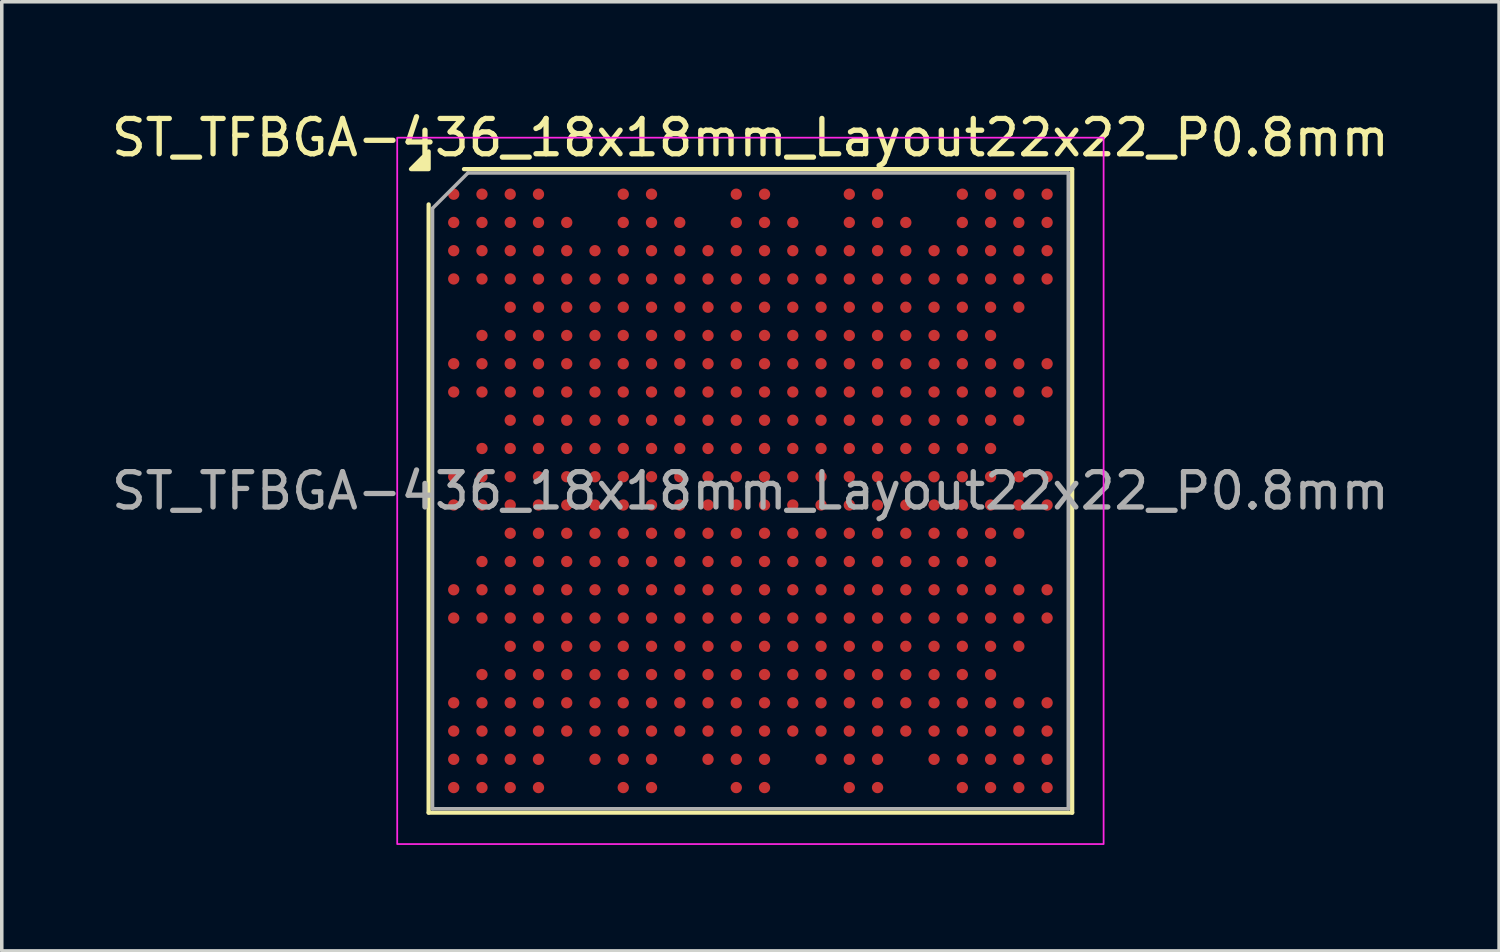
<source format=kicad_pcb>
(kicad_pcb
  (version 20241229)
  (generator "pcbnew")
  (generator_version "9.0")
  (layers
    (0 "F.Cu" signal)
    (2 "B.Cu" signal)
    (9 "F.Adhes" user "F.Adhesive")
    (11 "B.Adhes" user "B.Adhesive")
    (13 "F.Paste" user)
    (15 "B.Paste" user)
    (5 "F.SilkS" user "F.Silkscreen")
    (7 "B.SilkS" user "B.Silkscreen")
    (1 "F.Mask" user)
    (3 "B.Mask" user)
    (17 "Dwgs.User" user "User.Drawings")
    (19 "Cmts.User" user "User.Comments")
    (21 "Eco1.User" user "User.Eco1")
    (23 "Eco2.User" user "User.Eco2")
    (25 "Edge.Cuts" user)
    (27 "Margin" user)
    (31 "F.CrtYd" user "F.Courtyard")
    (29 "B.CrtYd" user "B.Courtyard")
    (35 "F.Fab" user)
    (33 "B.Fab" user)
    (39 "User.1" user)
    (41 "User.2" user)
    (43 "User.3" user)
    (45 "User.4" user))
  (footprint "ST_TFBGA-436_18x18mm_Layout22x22_P0.8mm"
    (layer "F.Cu")
    (at 18.196 10.848)
    (property "Reference" "ST_TFBGA-436_18x18mm_Layout22x22_P0.8mm" (at 0 -10 0) (layer "F.SilkS") (effects (font (size 1 1) (thickness 0.15))))
    (attr smd)
    (fp_line (start -9.11 9.11) (end -9.11 -8.11) (stroke (width 0.12) (type solid)) (layer "F.SilkS"))
    (fp_line (start -8.11 -9.11) (end 9.11 -9.11) (stroke (width 0.12) (type solid)) (layer "F.SilkS"))
    (fp_line (start 9.11 -9.11) (end 9.11 9.11) (stroke (width 0.12) (type solid)) (layer "F.SilkS"))
    (fp_line (start 9.11 9.11) (end -9.11 9.11) (stroke (width 0.12) (type solid)) (layer "F.SilkS"))
    (fp_poly (pts (xy -9.11 -9.11) (xy -9.61 -9.11) (xy -9.11 -9.61)) (stroke (width 0.12) (type solid)) (fill yes) (layer "F.SilkS"))
    (fp_rect (start -10 -10) (end 10 10) (stroke (width 0.05) (type solid)) (fill no) (layer "F.CrtYd"))
    (fp_line (start -9 -8) (end -8 -9) (stroke (width 0.1) (type solid)) (layer "F.Fab"))
    (fp_line (start -9 9) (end -9 -8) (stroke (width 0.1) (type solid)) (layer "F.Fab"))
    (fp_line (start -8 -9) (end 9 -9) (stroke (width 0.1) (type solid)) (layer "F.Fab"))
    (fp_line (start 9 -9) (end 9 9) (stroke (width 0.1) (type solid)) (layer "F.Fab"))
    (fp_line (start 9 9) (end -9 9) (stroke (width 0.1) (type solid)) (layer "F.Fab"))
    (fp_text user "${REFERENCE}" (at 0 0 0) (layer "F.Fab") (effects (font (size 1 1) (thickness 0.15))))
    (pad "A1" smd circle (at -8.4 -8.4) (size 0.32 0.32) (property pad_prop_bga) (layers "F.Cu" "F.Mask" "F.Paste"))
    (pad "A2" smd circle (at -7.6 -8.4) (size 0.32 0.32) (property pad_prop_bga) (layers "F.Cu" "F.Mask" "F.Paste"))
    (pad "A3" smd circle (at -6.8 -8.4) (size 0.32 0.32) (property pad_prop_bga) (layers "F.Cu" "F.Mask" "F.Paste"))
    (pad "A4" smd circle (at -6 -8.4) (size 0.32 0.32) (property pad_prop_bga) (layers "F.Cu" "F.Mask" "F.Paste"))
    (pad "A7" smd circle (at -3.6 -8.4) (size 0.32 0.32) (property pad_prop_bga) (layers "F.Cu" "F.Mask" "F.Paste"))
    (pad "A8" smd circle (at -2.8 -8.4) (size 0.32 0.32) (property pad_prop_bga) (layers "F.Cu" "F.Mask" "F.Paste"))
    (pad "A11" smd circle (at -0.4 -8.4) (size 0.32 0.32) (property pad_prop_bga) (layers "F.Cu" "F.Mask" "F.Paste"))
    (pad "A12" smd circle (at 0.4 -8.4) (size 0.32 0.32) (property pad_prop_bga) (layers "F.Cu" "F.Mask" "F.Paste"))
    (pad "A15" smd circle (at 2.8 -8.4) (size 0.32 0.32) (property pad_prop_bga) (layers "F.Cu" "F.Mask" "F.Paste"))
    (pad "A16" smd circle (at 3.6 -8.4) (size 0.32 0.32) (property pad_prop_bga) (layers "F.Cu" "F.Mask" "F.Paste"))
    (pad "A19" smd circle (at 6 -8.4) (size 0.32 0.32) (property pad_prop_bga) (layers "F.Cu" "F.Mask" "F.Paste"))
    (pad "A20" smd circle (at 6.8 -8.4) (size 0.32 0.32) (property pad_prop_bga) (layers "F.Cu" "F.Mask" "F.Paste"))
    (pad "A21" smd circle (at 7.6 -8.4) (size 0.32 0.32) (property pad_prop_bga) (layers "F.Cu" "F.Mask" "F.Paste"))
    (pad "A22" smd circle (at 8.4 -8.4) (size 0.32 0.32) (property pad_prop_bga) (layers "F.Cu" "F.Mask" "F.Paste"))
    (pad "AA1" smd circle (at -8.4 7.6) (size 0.32 0.32) (property pad_prop_bga) (layers "F.Cu" "F.Mask" "F.Paste"))
    (pad "AA2" smd circle (at -7.6 7.6) (size 0.32 0.32) (property pad_prop_bga) (layers "F.Cu" "F.Mask" "F.Paste"))
    (pad "AA3" smd circle (at -6.8 7.6) (size 0.32 0.32) (property pad_prop_bga) (layers "F.Cu" "F.Mask" "F.Paste"))
    (pad "AA4" smd circle (at -6 7.6) (size 0.32 0.32) (property pad_prop_bga) (layers "F.Cu" "F.Mask" "F.Paste"))
    (pad "AA6" smd circle (at -4.4 7.6) (size 0.32 0.32) (property pad_prop_bga) (layers "F.Cu" "F.Mask" "F.Paste"))
    (pad "AA7" smd circle (at -3.6 7.6) (size 0.32 0.32) (property pad_prop_bga) (layers "F.Cu" "F.Mask" "F.Paste"))
    (pad "AA8" smd circle (at -2.8 7.6) (size 0.32 0.32) (property pad_prop_bga) (layers "F.Cu" "F.Mask" "F.Paste"))
    (pad "AA10" smd circle (at -1.2 7.6) (size 0.32 0.32) (property pad_prop_bga) (layers "F.Cu" "F.Mask" "F.Paste"))
    (pad "AA11" smd circle (at -0.4 7.6) (size 0.32 0.32) (property pad_prop_bga) (layers "F.Cu" "F.Mask" "F.Paste"))
    (pad "AA12" smd circle (at 0.4 7.6) (size 0.32 0.32) (property pad_prop_bga) (layers "F.Cu" "F.Mask" "F.Paste"))
    (pad "AA14" smd circle (at 2 7.6) (size 0.32 0.32) (property pad_prop_bga) (layers "F.Cu" "F.Mask" "F.Paste"))
    (pad "AA15" smd circle (at 2.8 7.6) (size 0.32 0.32) (property pad_prop_bga) (layers "F.Cu" "F.Mask" "F.Paste"))
    (pad "AA16" smd circle (at 3.6 7.6) (size 0.32 0.32) (property pad_prop_bga) (layers "F.Cu" "F.Mask" "F.Paste"))
    (pad "AA18" smd circle (at 5.2 7.6) (size 0.32 0.32) (property pad_prop_bga) (layers "F.Cu" "F.Mask" "F.Paste"))
    (pad "AA19" smd circle (at 6 7.6) (size 0.32 0.32) (property pad_prop_bga) (layers "F.Cu" "F.Mask" "F.Paste"))
    (pad "AA20" smd circle (at 6.8 7.6) (size 0.32 0.32) (property pad_prop_bga) (layers "F.Cu" "F.Mask" "F.Paste"))
    (pad "AA21" smd circle (at 7.6 7.6) (size 0.32 0.32) (property pad_prop_bga) (layers "F.Cu" "F.Mask" "F.Paste"))
    (pad "AA22" smd circle (at 8.4 7.6) (size 0.32 0.32) (property pad_prop_bga) (layers "F.Cu" "F.Mask" "F.Paste"))
    (pad "AB1" smd circle (at -8.4 8.4) (size 0.32 0.32) (property pad_prop_bga) (layers "F.Cu" "F.Mask" "F.Paste"))
    (pad "AB2" smd circle (at -7.6 8.4) (size 0.32 0.32) (property pad_prop_bga) (layers "F.Cu" "F.Mask" "F.Paste"))
    (pad "AB3" smd circle (at -6.8 8.4) (size 0.32 0.32) (property pad_prop_bga) (layers "F.Cu" "F.Mask" "F.Paste"))
    (pad "AB4" smd circle (at -6 8.4) (size 0.32 0.32) (property pad_prop_bga) (layers "F.Cu" "F.Mask" "F.Paste"))
    (pad "AB7" smd circle (at -3.6 8.4) (size 0.32 0.32) (property pad_prop_bga) (layers "F.Cu" "F.Mask" "F.Paste"))
    (pad "AB8" smd circle (at -2.8 8.4) (size 0.32 0.32) (property pad_prop_bga) (layers "F.Cu" "F.Mask" "F.Paste"))
    (pad "AB11" smd circle (at -0.4 8.4) (size 0.32 0.32) (property pad_prop_bga) (layers "F.Cu" "F.Mask" "F.Paste"))
    (pad "AB12" smd circle (at 0.4 8.4) (size 0.32 0.32) (property pad_prop_bga) (layers "F.Cu" "F.Mask" "F.Paste"))
    (pad "AB15" smd circle (at 2.8 8.4) (size 0.32 0.32) (property pad_prop_bga) (layers "F.Cu" "F.Mask" "F.Paste"))
    (pad "AB16" smd circle (at 3.6 8.4) (size 0.32 0.32) (property pad_prop_bga) (layers "F.Cu" "F.Mask" "F.Paste"))
    (pad "AB19" smd circle (at 6 8.4) (size 0.32 0.32) (property pad_prop_bga) (layers "F.Cu" "F.Mask" "F.Paste"))
    (pad "AB20" smd circle (at 6.8 8.4) (size 0.32 0.32) (property pad_prop_bga) (layers "F.Cu" "F.Mask" "F.Paste"))
    (pad "AB21" smd circle (at 7.6 8.4) (size 0.32 0.32) (property pad_prop_bga) (layers "F.Cu" "F.Mask" "F.Paste"))
    (pad "AB22" smd circle (at 8.4 8.4) (size 0.32 0.32) (property pad_prop_bga) (layers "F.Cu" "F.Mask" "F.Paste"))
    (pad "B1" smd circle (at -8.4 -7.6) (size 0.32 0.32) (property pad_prop_bga) (layers "F.Cu" "F.Mask" "F.Paste"))
    (pad "B2" smd circle (at -7.6 -7.6) (size 0.32 0.32) (property pad_prop_bga) (layers "F.Cu" "F.Mask" "F.Paste"))
    (pad "B3" smd circle (at -6.8 -7.6) (size 0.32 0.32) (property pad_prop_bga) (layers "F.Cu" "F.Mask" "F.Paste"))
    (pad "B4" smd circle (at -6 -7.6) (size 0.32 0.32) (property pad_prop_bga) (layers "F.Cu" "F.Mask" "F.Paste"))
    (pad "B5" smd circle (at -5.2 -7.6) (size 0.32 0.32) (property pad_prop_bga) (layers "F.Cu" "F.Mask" "F.Paste"))
    (pad "B7" smd circle (at -3.6 -7.6) (size 0.32 0.32) (property pad_prop_bga) (layers "F.Cu" "F.Mask" "F.Paste"))
    (pad "B8" smd circle (at -2.8 -7.6) (size 0.32 0.32) (property pad_prop_bga) (layers "F.Cu" "F.Mask" "F.Paste"))
    (pad "B9" smd circle (at -2 -7.6) (size 0.32 0.32) (property pad_prop_bga) (layers "F.Cu" "F.Mask" "F.Paste"))
    (pad "B11" smd circle (at -0.4 -7.6) (size 0.32 0.32) (property pad_prop_bga) (layers "F.Cu" "F.Mask" "F.Paste"))
    (pad "B12" smd circle (at 0.4 -7.6) (size 0.32 0.32) (property pad_prop_bga) (layers "F.Cu" "F.Mask" "F.Paste"))
    (pad "B13" smd circle (at 1.2 -7.6) (size 0.32 0.32) (property pad_prop_bga) (layers "F.Cu" "F.Mask" "F.Paste"))
    (pad "B15" smd circle (at 2.8 -7.6) (size 0.32 0.32) (property pad_prop_bga) (layers "F.Cu" "F.Mask" "F.Paste"))
    (pad "B16" smd circle (at 3.6 -7.6) (size 0.32 0.32) (property pad_prop_bga) (layers "F.Cu" "F.Mask" "F.Paste"))
    (pad "B17" smd circle (at 4.4 -7.6) (size 0.32 0.32) (property pad_prop_bga) (layers "F.Cu" "F.Mask" "F.Paste"))
    (pad "B19" smd circle (at 6 -7.6) (size 0.32 0.32) (property pad_prop_bga) (layers "F.Cu" "F.Mask" "F.Paste"))
    (pad "B20" smd circle (at 6.8 -7.6) (size 0.32 0.32) (property pad_prop_bga) (layers "F.Cu" "F.Mask" "F.Paste"))
    (pad "B21" smd circle (at 7.6 -7.6) (size 0.32 0.32) (property pad_prop_bga) (layers "F.Cu" "F.Mask" "F.Paste"))
    (pad "B22" smd circle (at 8.4 -7.6) (size 0.32 0.32) (property pad_prop_bga) (layers "F.Cu" "F.Mask" "F.Paste"))
    (pad "C1" smd circle (at -8.4 -6.8) (size 0.32 0.32) (property pad_prop_bga) (layers "F.Cu" "F.Mask" "F.Paste"))
    (pad "C2" smd circle (at -7.6 -6.8) (size 0.32 0.32) (property pad_prop_bga) (layers "F.Cu" "F.Mask" "F.Paste"))
    (pad "C3" smd circle (at -6.8 -6.8) (size 0.32 0.32) (property pad_prop_bga) (layers "F.Cu" "F.Mask" "F.Paste"))
    (pad "C4" smd circle (at -6 -6.8) (size 0.32 0.32) (property pad_prop_bga) (layers "F.Cu" "F.Mask" "F.Paste"))
    (pad "C5" smd circle (at -5.2 -6.8) (size 0.32 0.32) (property pad_prop_bga) (layers "F.Cu" "F.Mask" "F.Paste"))
    (pad "C6" smd circle (at -4.4 -6.8) (size 0.32 0.32) (property pad_prop_bga) (layers "F.Cu" "F.Mask" "F.Paste"))
    (pad "C7" smd circle (at -3.6 -6.8) (size 0.32 0.32) (property pad_prop_bga) (layers "F.Cu" "F.Mask" "F.Paste"))
    (pad "C8" smd circle (at -2.8 -6.8) (size 0.32 0.32) (property pad_prop_bga) (layers "F.Cu" "F.Mask" "F.Paste"))
    (pad "C9" smd circle (at -2 -6.8) (size 0.32 0.32) (property pad_prop_bga) (layers "F.Cu" "F.Mask" "F.Paste"))
    (pad "C10" smd circle (at -1.2 -6.8) (size 0.32 0.32) (property pad_prop_bga) (layers "F.Cu" "F.Mask" "F.Paste"))
    (pad "C11" smd circle (at -0.4 -6.8) (size 0.32 0.32) (property pad_prop_bga) (layers "F.Cu" "F.Mask" "F.Paste"))
    (pad "C12" smd circle (at 0.4 -6.8) (size 0.32 0.32) (property pad_prop_bga) (layers "F.Cu" "F.Mask" "F.Paste"))
    (pad "C13" smd circle (at 1.2 -6.8) (size 0.32 0.32) (property pad_prop_bga) (layers "F.Cu" "F.Mask" "F.Paste"))
    (pad "C14" smd circle (at 2 -6.8) (size 0.32 0.32) (property pad_prop_bga) (layers "F.Cu" "F.Mask" "F.Paste"))
    (pad "C15" smd circle (at 2.8 -6.8) (size 0.32 0.32) (property pad_prop_bga) (layers "F.Cu" "F.Mask" "F.Paste"))
    (pad "C16" smd circle (at 3.6 -6.8) (size 0.32 0.32) (property pad_prop_bga) (layers "F.Cu" "F.Mask" "F.Paste"))
    (pad "C17" smd circle (at 4.4 -6.8) (size 0.32 0.32) (property pad_prop_bga) (layers "F.Cu" "F.Mask" "F.Paste"))
    (pad "C18" smd circle (at 5.2 -6.8) (size 0.32 0.32) (property pad_prop_bga) (layers "F.Cu" "F.Mask" "F.Paste"))
    (pad "C19" smd circle (at 6 -6.8) (size 0.32 0.32) (property pad_prop_bga) (layers "F.Cu" "F.Mask" "F.Paste"))
    (pad "C20" smd circle (at 6.8 -6.8) (size 0.32 0.32) (property pad_prop_bga) (layers "F.Cu" "F.Mask" "F.Paste"))
    (pad "C21" smd circle (at 7.6 -6.8) (size 0.32 0.32) (property pad_prop_bga) (layers "F.Cu" "F.Mask" "F.Paste"))
    (pad "C22" smd circle (at 8.4 -6.8) (size 0.32 0.32) (property pad_prop_bga) (layers "F.Cu" "F.Mask" "F.Paste"))
    (pad "D1" smd circle (at -8.4 -6) (size 0.32 0.32) (property pad_prop_bga) (layers "F.Cu" "F.Mask" "F.Paste"))
    (pad "D2" smd circle (at -7.6 -6) (size 0.32 0.32) (property pad_prop_bga) (layers "F.Cu" "F.Mask" "F.Paste"))
    (pad "D3" smd circle (at -6.8 -6) (size 0.32 0.32) (property pad_prop_bga) (layers "F.Cu" "F.Mask" "F.Paste"))
    (pad "D4" smd circle (at -6 -6) (size 0.32 0.32) (property pad_prop_bga) (layers "F.Cu" "F.Mask" "F.Paste"))
    (pad "D5" smd circle (at -5.2 -6) (size 0.32 0.32) (property pad_prop_bga) (layers "F.Cu" "F.Mask" "F.Paste"))
    (pad "D6" smd circle (at -4.4 -6) (size 0.32 0.32) (property pad_prop_bga) (layers "F.Cu" "F.Mask" "F.Paste"))
    (pad "D7" smd circle (at -3.6 -6) (size 0.32 0.32) (property pad_prop_bga) (layers "F.Cu" "F.Mask" "F.Paste"))
    (pad "D8" smd circle (at -2.8 -6) (size 0.32 0.32) (property pad_prop_bga) (layers "F.Cu" "F.Mask" "F.Paste"))
    (pad "D9" smd circle (at -2 -6) (size 0.32 0.32) (property pad_prop_bga) (layers "F.Cu" "F.Mask" "F.Paste"))
    (pad "D10" smd circle (at -1.2 -6) (size 0.32 0.32) (property pad_prop_bga) (layers "F.Cu" "F.Mask" "F.Paste"))
    (pad "D11" smd circle (at -0.4 -6) (size 0.32 0.32) (property pad_prop_bga) (layers "F.Cu" "F.Mask" "F.Paste"))
    (pad "D12" smd circle (at 0.4 -6) (size 0.32 0.32) (property pad_prop_bga) (layers "F.Cu" "F.Mask" "F.Paste"))
    (pad "D13" smd circle (at 1.2 -6) (size 0.32 0.32) (property pad_prop_bga) (layers "F.Cu" "F.Mask" "F.Paste"))
    (pad "D14" smd circle (at 2 -6) (size 0.32 0.32) (property pad_prop_bga) (layers "F.Cu" "F.Mask" "F.Paste"))
    (pad "D15" smd circle (at 2.8 -6) (size 0.32 0.32) (property pad_prop_bga) (layers "F.Cu" "F.Mask" "F.Paste"))
    (pad "D16" smd circle (at 3.6 -6) (size 0.32 0.32) (property pad_prop_bga) (layers "F.Cu" "F.Mask" "F.Paste"))
    (pad "D17" smd circle (at 4.4 -6) (size 0.32 0.32) (property pad_prop_bga) (layers "F.Cu" "F.Mask" "F.Paste"))
    (pad "D18" smd circle (at 5.2 -6) (size 0.32 0.32) (property pad_prop_bga) (layers "F.Cu" "F.Mask" "F.Paste"))
    (pad "D19" smd circle (at 6 -6) (size 0.32 0.32) (property pad_prop_bga) (layers "F.Cu" "F.Mask" "F.Paste"))
    (pad "D20" smd circle (at 6.8 -6) (size 0.32 0.32) (property pad_prop_bga) (layers "F.Cu" "F.Mask" "F.Paste"))
    (pad "D21" smd circle (at 7.6 -6) (size 0.32 0.32) (property pad_prop_bga) (layers "F.Cu" "F.Mask" "F.Paste"))
    (pad "D22" smd circle (at 8.4 -6) (size 0.32 0.32) (property pad_prop_bga) (layers "F.Cu" "F.Mask" "F.Paste"))
    (pad "E3" smd circle (at -6.8 -5.2) (size 0.32 0.32) (property pad_prop_bga) (layers "F.Cu" "F.Mask" "F.Paste"))
    (pad "E4" smd circle (at -6 -5.2) (size 0.32 0.32) (property pad_prop_bga) (layers "F.Cu" "F.Mask" "F.Paste"))
    (pad "E5" smd circle (at -5.2 -5.2) (size 0.32 0.32) (property pad_prop_bga) (layers "F.Cu" "F.Mask" "F.Paste"))
    (pad "E6" smd circle (at -4.4 -5.2) (size 0.32 0.32) (property pad_prop_bga) (layers "F.Cu" "F.Mask" "F.Paste"))
    (pad "E7" smd circle (at -3.6 -5.2) (size 0.32 0.32) (property pad_prop_bga) (layers "F.Cu" "F.Mask" "F.Paste"))
    (pad "E8" smd circle (at -2.8 -5.2) (size 0.32 0.32) (property pad_prop_bga) (layers "F.Cu" "F.Mask" "F.Paste"))
    (pad "E9" smd circle (at -2 -5.2) (size 0.32 0.32) (property pad_prop_bga) (layers "F.Cu" "F.Mask" "F.Paste"))
    (pad "E10" smd circle (at -1.2 -5.2) (size 0.32 0.32) (property pad_prop_bga) (layers "F.Cu" "F.Mask" "F.Paste"))
    (pad "E11" smd circle (at -0.4 -5.2) (size 0.32 0.32) (property pad_prop_bga) (layers "F.Cu" "F.Mask" "F.Paste"))
    (pad "E12" smd circle (at 0.4 -5.2) (size 0.32 0.32) (property pad_prop_bga) (layers "F.Cu" "F.Mask" "F.Paste"))
    (pad "E13" smd circle (at 1.2 -5.2) (size 0.32 0.32) (property pad_prop_bga) (layers "F.Cu" "F.Mask" "F.Paste"))
    (pad "E14" smd circle (at 2 -5.2) (size 0.32 0.32) (property pad_prop_bga) (layers "F.Cu" "F.Mask" "F.Paste"))
    (pad "E15" smd circle (at 2.8 -5.2) (size 0.32 0.32) (property pad_prop_bga) (layers "F.Cu" "F.Mask" "F.Paste"))
    (pad "E16" smd circle (at 3.6 -5.2) (size 0.32 0.32) (property pad_prop_bga) (layers "F.Cu" "F.Mask" "F.Paste"))
    (pad "E17" smd circle (at 4.4 -5.2) (size 0.32 0.32) (property pad_prop_bga) (layers "F.Cu" "F.Mask" "F.Paste"))
    (pad "E18" smd circle (at 5.2 -5.2) (size 0.32 0.32) (property pad_prop_bga) (layers "F.Cu" "F.Mask" "F.Paste"))
    (pad "E19" smd circle (at 6 -5.2) (size 0.32 0.32) (property pad_prop_bga) (layers "F.Cu" "F.Mask" "F.Paste"))
    (pad "E20" smd circle (at 6.8 -5.2) (size 0.32 0.32) (property pad_prop_bga) (layers "F.Cu" "F.Mask" "F.Paste"))
    (pad "E21" smd circle (at 7.6 -5.2) (size 0.32 0.32) (property pad_prop_bga) (layers "F.Cu" "F.Mask" "F.Paste"))
    (pad "F2" smd circle (at -7.6 -4.4) (size 0.32 0.32) (property pad_prop_bga) (layers "F.Cu" "F.Mask" "F.Paste"))
    (pad "F3" smd circle (at -6.8 -4.4) (size 0.32 0.32) (property pad_prop_bga) (layers "F.Cu" "F.Mask" "F.Paste"))
    (pad "F4" smd circle (at -6 -4.4) (size 0.32 0.32) (property pad_prop_bga) (layers "F.Cu" "F.Mask" "F.Paste"))
    (pad "F5" smd circle (at -5.2 -4.4) (size 0.32 0.32) (property pad_prop_bga) (layers "F.Cu" "F.Mask" "F.Paste"))
    (pad "F6" smd circle (at -4.4 -4.4) (size 0.32 0.32) (property pad_prop_bga) (layers "F.Cu" "F.Mask" "F.Paste"))
    (pad "F7" smd circle (at -3.6 -4.4) (size 0.32 0.32) (property pad_prop_bga) (layers "F.Cu" "F.Mask" "F.Paste"))
    (pad "F8" smd circle (at -2.8 -4.4) (size 0.32 0.32) (property pad_prop_bga) (layers "F.Cu" "F.Mask" "F.Paste"))
    (pad "F9" smd circle (at -2 -4.4) (size 0.32 0.32) (property pad_prop_bga) (layers "F.Cu" "F.Mask" "F.Paste"))
    (pad "F10" smd circle (at -1.2 -4.4) (size 0.32 0.32) (property pad_prop_bga) (layers "F.Cu" "F.Mask" "F.Paste"))
    (pad "F11" smd circle (at -0.4 -4.4) (size 0.32 0.32) (property pad_prop_bga) (layers "F.Cu" "F.Mask" "F.Paste"))
    (pad "F12" smd circle (at 0.4 -4.4) (size 0.32 0.32) (property pad_prop_bga) (layers "F.Cu" "F.Mask" "F.Paste"))
    (pad "F13" smd circle (at 1.2 -4.4) (size 0.32 0.32) (property pad_prop_bga) (layers "F.Cu" "F.Mask" "F.Paste"))
    (pad "F14" smd circle (at 2 -4.4) (size 0.32 0.32) (property pad_prop_bga) (layers "F.Cu" "F.Mask" "F.Paste"))
    (pad "F15" smd circle (at 2.8 -4.4) (size 0.32 0.32) (property pad_prop_bga) (layers "F.Cu" "F.Mask" "F.Paste"))
    (pad "F16" smd circle (at 3.6 -4.4) (size 0.32 0.32) (property pad_prop_bga) (layers "F.Cu" "F.Mask" "F.Paste"))
    (pad "F17" smd circle (at 4.4 -4.4) (size 0.32 0.32) (property pad_prop_bga) (layers "F.Cu" "F.Mask" "F.Paste"))
    (pad "F18" smd circle (at 5.2 -4.4) (size 0.32 0.32) (property pad_prop_bga) (layers "F.Cu" "F.Mask" "F.Paste"))
    (pad "F19" smd circle (at 6 -4.4) (size 0.32 0.32) (property pad_prop_bga) (layers "F.Cu" "F.Mask" "F.Paste"))
    (pad "F20" smd circle (at 6.8 -4.4) (size 0.32 0.32) (property pad_prop_bga) (layers "F.Cu" "F.Mask" "F.Paste"))
    (pad "G1" smd circle (at -8.4 -3.6) (size 0.32 0.32) (property pad_prop_bga) (layers "F.Cu" "F.Mask" "F.Paste"))
    (pad "G2" smd circle (at -7.6 -3.6) (size 0.32 0.32) (property pad_prop_bga) (layers "F.Cu" "F.Mask" "F.Paste"))
    (pad "G3" smd circle (at -6.8 -3.6) (size 0.32 0.32) (property pad_prop_bga) (layers "F.Cu" "F.Mask" "F.Paste"))
    (pad "G4" smd circle (at -6 -3.6) (size 0.32 0.32) (property pad_prop_bga) (layers "F.Cu" "F.Mask" "F.Paste"))
    (pad "G5" smd circle (at -5.2 -3.6) (size 0.32 0.32) (property pad_prop_bga) (layers "F.Cu" "F.Mask" "F.Paste"))
    (pad "G6" smd circle (at -4.4 -3.6) (size 0.32 0.32) (property pad_prop_bga) (layers "F.Cu" "F.Mask" "F.Paste"))
    (pad "G7" smd circle (at -3.6 -3.6) (size 0.32 0.32) (property pad_prop_bga) (layers "F.Cu" "F.Mask" "F.Paste"))
    (pad "G8" smd circle (at -2.8 -3.6) (size 0.32 0.32) (property pad_prop_bga) (layers "F.Cu" "F.Mask" "F.Paste"))
    (pad "G9" smd circle (at -2 -3.6) (size 0.32 0.32) (property pad_prop_bga) (layers "F.Cu" "F.Mask" "F.Paste"))
    (pad "G10" smd circle (at -1.2 -3.6) (size 0.32 0.32) (property pad_prop_bga) (layers "F.Cu" "F.Mask" "F.Paste"))
    (pad "G11" smd circle (at -0.4 -3.6) (size 0.32 0.32) (property pad_prop_bga) (layers "F.Cu" "F.Mask" "F.Paste"))
    (pad "G12" smd circle (at 0.4 -3.6) (size 0.32 0.32) (property pad_prop_bga) (layers "F.Cu" "F.Mask" "F.Paste"))
    (pad "G13" smd circle (at 1.2 -3.6) (size 0.32 0.32) (property pad_prop_bga) (layers "F.Cu" "F.Mask" "F.Paste"))
    (pad "G14" smd circle (at 2 -3.6) (size 0.32 0.32) (property pad_prop_bga) (layers "F.Cu" "F.Mask" "F.Paste"))
    (pad "G15" smd circle (at 2.8 -3.6) (size 0.32 0.32) (property pad_prop_bga) (layers "F.Cu" "F.Mask" "F.Paste"))
    (pad "G16" smd circle (at 3.6 -3.6) (size 0.32 0.32) (property pad_prop_bga) (layers "F.Cu" "F.Mask" "F.Paste"))
    (pad "G17" smd circle (at 4.4 -3.6) (size 0.32 0.32) (property pad_prop_bga) (layers "F.Cu" "F.Mask" "F.Paste"))
    (pad "G18" smd circle (at 5.2 -3.6) (size 0.32 0.32) (property pad_prop_bga) (layers "F.Cu" "F.Mask" "F.Paste"))
    (pad "G19" smd circle (at 6 -3.6) (size 0.32 0.32) (property pad_prop_bga) (layers "F.Cu" "F.Mask" "F.Paste"))
    (pad "G20" smd circle (at 6.8 -3.6) (size 0.32 0.32) (property pad_prop_bga) (layers "F.Cu" "F.Mask" "F.Paste"))
    (pad "G21" smd circle (at 7.6 -3.6) (size 0.32 0.32) (property pad_prop_bga) (layers "F.Cu" "F.Mask" "F.Paste"))
    (pad "G22" smd circle (at 8.4 -3.6) (size 0.32 0.32) (property pad_prop_bga) (layers "F.Cu" "F.Mask" "F.Paste"))
    (pad "H1" smd circle (at -8.4 -2.8) (size 0.32 0.32) (property pad_prop_bga) (layers "F.Cu" "F.Mask" "F.Paste"))
    (pad "H2" smd circle (at -7.6 -2.8) (size 0.32 0.32) (property pad_prop_bga) (layers "F.Cu" "F.Mask" "F.Paste"))
    (pad "H3" smd circle (at -6.8 -2.8) (size 0.32 0.32) (property pad_prop_bga) (layers "F.Cu" "F.Mask" "F.Paste"))
    (pad "H4" smd circle (at -6 -2.8) (size 0.32 0.32) (property pad_prop_bga) (layers "F.Cu" "F.Mask" "F.Paste"))
    (pad "H5" smd circle (at -5.2 -2.8) (size 0.32 0.32) (property pad_prop_bga) (layers "F.Cu" "F.Mask" "F.Paste"))
    (pad "H6" smd circle (at -4.4 -2.8) (size 0.32 0.32) (property pad_prop_bga) (layers "F.Cu" "F.Mask" "F.Paste"))
    (pad "H7" smd circle (at -3.6 -2.8) (size 0.32 0.32) (property pad_prop_bga) (layers "F.Cu" "F.Mask" "F.Paste"))
    (pad "H8" smd circle (at -2.8 -2.8) (size 0.32 0.32) (property pad_prop_bga) (layers "F.Cu" "F.Mask" "F.Paste"))
    (pad "H9" smd circle (at -2 -2.8) (size 0.32 0.32) (property pad_prop_bga) (layers "F.Cu" "F.Mask" "F.Paste"))
    (pad "H10" smd circle (at -1.2 -2.8) (size 0.32 0.32) (property pad_prop_bga) (layers "F.Cu" "F.Mask" "F.Paste"))
    (pad "H11" smd circle (at -0.4 -2.8) (size 0.32 0.32) (property pad_prop_bga) (layers "F.Cu" "F.Mask" "F.Paste"))
    (pad "H12" smd circle (at 0.4 -2.8) (size 0.32 0.32) (property pad_prop_bga) (layers "F.Cu" "F.Mask" "F.Paste"))
    (pad "H13" smd circle (at 1.2 -2.8) (size 0.32 0.32) (property pad_prop_bga) (layers "F.Cu" "F.Mask" "F.Paste"))
    (pad "H14" smd circle (at 2 -2.8) (size 0.32 0.32) (property pad_prop_bga) (layers "F.Cu" "F.Mask" "F.Paste"))
    (pad "H15" smd circle (at 2.8 -2.8) (size 0.32 0.32) (property pad_prop_bga) (layers "F.Cu" "F.Mask" "F.Paste"))
    (pad "H16" smd circle (at 3.6 -2.8) (size 0.32 0.32) (property pad_prop_bga) (layers "F.Cu" "F.Mask" "F.Paste"))
    (pad "H17" smd circle (at 4.4 -2.8) (size 0.32 0.32) (property pad_prop_bga) (layers "F.Cu" "F.Mask" "F.Paste"))
    (pad "H18" smd circle (at 5.2 -2.8) (size 0.32 0.32) (property pad_prop_bga) (layers "F.Cu" "F.Mask" "F.Paste"))
    (pad "H19" smd circle (at 6 -2.8) (size 0.32 0.32) (property pad_prop_bga) (layers "F.Cu" "F.Mask" "F.Paste"))
    (pad "H20" smd circle (at 6.8 -2.8) (size 0.32 0.32) (property pad_prop_bga) (layers "F.Cu" "F.Mask" "F.Paste"))
    (pad "H21" smd circle (at 7.6 -2.8) (size 0.32 0.32) (property pad_prop_bga) (layers "F.Cu" "F.Mask" "F.Paste"))
    (pad "H22" smd circle (at 8.4 -2.8) (size 0.32 0.32) (property pad_prop_bga) (layers "F.Cu" "F.Mask" "F.Paste"))
    (pad "J3" smd circle (at -6.8 -2) (size 0.32 0.32) (property pad_prop_bga) (layers "F.Cu" "F.Mask" "F.Paste"))
    (pad "J4" smd circle (at -6 -2) (size 0.32 0.32) (property pad_prop_bga) (layers "F.Cu" "F.Mask" "F.Paste"))
    (pad "J5" smd circle (at -5.2 -2) (size 0.32 0.32) (property pad_prop_bga) (layers "F.Cu" "F.Mask" "F.Paste"))
    (pad "J6" smd circle (at -4.4 -2) (size 0.32 0.32) (property pad_prop_bga) (layers "F.Cu" "F.Mask" "F.Paste"))
    (pad "J7" smd circle (at -3.6 -2) (size 0.32 0.32) (property pad_prop_bga) (layers "F.Cu" "F.Mask" "F.Paste"))
    (pad "J8" smd circle (at -2.8 -2) (size 0.32 0.32) (property pad_prop_bga) (layers "F.Cu" "F.Mask" "F.Paste"))
    (pad "J9" smd circle (at -2 -2) (size 0.32 0.32) (property pad_prop_bga) (layers "F.Cu" "F.Mask" "F.Paste"))
    (pad "J10" smd circle (at -1.2 -2) (size 0.32 0.32) (property pad_prop_bga) (layers "F.Cu" "F.Mask" "F.Paste"))
    (pad "J11" smd circle (at -0.4 -2) (size 0.32 0.32) (property pad_prop_bga) (layers "F.Cu" "F.Mask" "F.Paste"))
    (pad "J12" smd circle (at 0.4 -2) (size 0.32 0.32) (property pad_prop_bga) (layers "F.Cu" "F.Mask" "F.Paste"))
    (pad "J13" smd circle (at 1.2 -2) (size 0.32 0.32) (property pad_prop_bga) (layers "F.Cu" "F.Mask" "F.Paste"))
    (pad "J14" smd circle (at 2 -2) (size 0.32 0.32) (property pad_prop_bga) (layers "F.Cu" "F.Mask" "F.Paste"))
    (pad "J15" smd circle (at 2.8 -2) (size 0.32 0.32) (property pad_prop_bga) (layers "F.Cu" "F.Mask" "F.Paste"))
    (pad "J16" smd circle (at 3.6 -2) (size 0.32 0.32) (property pad_prop_bga) (layers "F.Cu" "F.Mask" "F.Paste"))
    (pad "J17" smd circle (at 4.4 -2) (size 0.32 0.32) (property pad_prop_bga) (layers "F.Cu" "F.Mask" "F.Paste"))
    (pad "J18" smd circle (at 5.2 -2) (size 0.32 0.32) (property pad_prop_bga) (layers "F.Cu" "F.Mask" "F.Paste"))
    (pad "J19" smd circle (at 6 -2) (size 0.32 0.32) (property pad_prop_bga) (layers "F.Cu" "F.Mask" "F.Paste"))
    (pad "J20" smd circle (at 6.8 -2) (size 0.32 0.32) (property pad_prop_bga) (layers "F.Cu" "F.Mask" "F.Paste"))
    (pad "J21" smd circle (at 7.6 -2) (size 0.32 0.32) (property pad_prop_bga) (layers "F.Cu" "F.Mask" "F.Paste"))
    (pad "K2" smd circle (at -7.6 -1.2) (size 0.32 0.32) (property pad_prop_bga) (layers "F.Cu" "F.Mask" "F.Paste"))
    (pad "K3" smd circle (at -6.8 -1.2) (size 0.32 0.32) (property pad_prop_bga) (layers "F.Cu" "F.Mask" "F.Paste"))
    (pad "K4" smd circle (at -6 -1.2) (size 0.32 0.32) (property pad_prop_bga) (layers "F.Cu" "F.Mask" "F.Paste"))
    (pad "K5" smd circle (at -5.2 -1.2) (size 0.32 0.32) (property pad_prop_bga) (layers "F.Cu" "F.Mask" "F.Paste"))
    (pad "K6" smd circle (at -4.4 -1.2) (size 0.32 0.32) (property pad_prop_bga) (layers "F.Cu" "F.Mask" "F.Paste"))
    (pad "K7" smd circle (at -3.6 -1.2) (size 0.32 0.32) (property pad_prop_bga) (layers "F.Cu" "F.Mask" "F.Paste"))
    (pad "K8" smd circle (at -2.8 -1.2) (size 0.32 0.32) (property pad_prop_bga) (layers "F.Cu" "F.Mask" "F.Paste"))
    (pad "K9" smd circle (at -2 -1.2) (size 0.32 0.32) (property pad_prop_bga) (layers "F.Cu" "F.Mask" "F.Paste"))
    (pad "K10" smd circle (at -1.2 -1.2) (size 0.32 0.32) (property pad_prop_bga) (layers "F.Cu" "F.Mask" "F.Paste"))
    (pad "K11" smd circle (at -0.4 -1.2) (size 0.32 0.32) (property pad_prop_bga) (layers "F.Cu" "F.Mask" "F.Paste"))
    (pad "K12" smd circle (at 0.4 -1.2) (size 0.32 0.32) (property pad_prop_bga) (layers "F.Cu" "F.Mask" "F.Paste"))
    (pad "K13" smd circle (at 1.2 -1.2) (size 0.32 0.32) (property pad_prop_bga) (layers "F.Cu" "F.Mask" "F.Paste"))
    (pad "K14" smd circle (at 2 -1.2) (size 0.32 0.32) (property pad_prop_bga) (layers "F.Cu" "F.Mask" "F.Paste"))
    (pad "K15" smd circle (at 2.8 -1.2) (size 0.32 0.32) (property pad_prop_bga) (layers "F.Cu" "F.Mask" "F.Paste"))
    (pad "K16" smd circle (at 3.6 -1.2) (size 0.32 0.32) (property pad_prop_bga) (layers "F.Cu" "F.Mask" "F.Paste"))
    (pad "K17" smd circle (at 4.4 -1.2) (size 0.32 0.32) (property pad_prop_bga) (layers "F.Cu" "F.Mask" "F.Paste"))
    (pad "K18" smd circle (at 5.2 -1.2) (size 0.32 0.32) (property pad_prop_bga) (layers "F.Cu" "F.Mask" "F.Paste"))
    (pad "K19" smd circle (at 6 -1.2) (size 0.32 0.32) (property pad_prop_bga) (layers "F.Cu" "F.Mask" "F.Paste"))
    (pad "K20" smd circle (at 6.8 -1.2) (size 0.32 0.32) (property pad_prop_bga) (layers "F.Cu" "F.Mask" "F.Paste"))
    (pad "L1" smd circle (at -8.4 -0.4) (size 0.32 0.32) (property pad_prop_bga) (layers "F.Cu" "F.Mask" "F.Paste"))
    (pad "L2" smd circle (at -7.6 -0.4) (size 0.32 0.32) (property pad_prop_bga) (layers "F.Cu" "F.Mask" "F.Paste"))
    (pad "L3" smd circle (at -6.8 -0.4) (size 0.32 0.32) (property pad_prop_bga) (layers "F.Cu" "F.Mask" "F.Paste"))
    (pad "L4" smd circle (at -6 -0.4) (size 0.32 0.32) (property pad_prop_bga) (layers "F.Cu" "F.Mask" "F.Paste"))
    (pad "L5" smd circle (at -5.2 -0.4) (size 0.32 0.32) (property pad_prop_bga) (layers "F.Cu" "F.Mask" "F.Paste"))
    (pad "L6" smd circle (at -4.4 -0.4) (size 0.32 0.32) (property pad_prop_bga) (layers "F.Cu" "F.Mask" "F.Paste"))
    (pad "L7" smd circle (at -3.6 -0.4) (size 0.32 0.32) (property pad_prop_bga) (layers "F.Cu" "F.Mask" "F.Paste"))
    (pad "L8" smd circle (at -2.8 -0.4) (size 0.32 0.32) (property pad_prop_bga) (layers "F.Cu" "F.Mask" "F.Paste"))
    (pad "L9" smd circle (at -2 -0.4) (size 0.32 0.32) (property pad_prop_bga) (layers "F.Cu" "F.Mask" "F.Paste"))
    (pad "L10" smd circle (at -1.2 -0.4) (size 0.32 0.32) (property pad_prop_bga) (layers "F.Cu" "F.Mask" "F.Paste"))
    (pad "L11" smd circle (at -0.4 -0.4) (size 0.32 0.32) (property pad_prop_bga) (layers "F.Cu" "F.Mask" "F.Paste"))
    (pad "L12" smd circle (at 0.4 -0.4) (size 0.32 0.32) (property pad_prop_bga) (layers "F.Cu" "F.Mask" "F.Paste"))
    (pad "L13" smd circle (at 1.2 -0.4) (size 0.32 0.32) (property pad_prop_bga) (layers "F.Cu" "F.Mask" "F.Paste"))
    (pad "L14" smd circle (at 2 -0.4) (size 0.32 0.32) (property pad_prop_bga) (layers "F.Cu" "F.Mask" "F.Paste"))
    (pad "L15" smd circle (at 2.8 -0.4) (size 0.32 0.32) (property pad_prop_bga) (layers "F.Cu" "F.Mask" "F.Paste"))
    (pad "L16" smd circle (at 3.6 -0.4) (size 0.32 0.32) (property pad_prop_bga) (layers "F.Cu" "F.Mask" "F.Paste"))
    (pad "L17" smd circle (at 4.4 -0.4) (size 0.32 0.32) (property pad_prop_bga) (layers "F.Cu" "F.Mask" "F.Paste"))
    (pad "L18" smd circle (at 5.2 -0.4) (size 0.32 0.32) (property pad_prop_bga) (layers "F.Cu" "F.Mask" "F.Paste"))
    (pad "L19" smd circle (at 6 -0.4) (size 0.32 0.32) (property pad_prop_bga) (layers "F.Cu" "F.Mask" "F.Paste"))
    (pad "L20" smd circle (at 6.8 -0.4) (size 0.32 0.32) (property pad_prop_bga) (layers "F.Cu" "F.Mask" "F.Paste"))
    (pad "L21" smd circle (at 7.6 -0.4) (size 0.32 0.32) (property pad_prop_bga) (layers "F.Cu" "F.Mask" "F.Paste"))
    (pad "L22" smd circle (at 8.4 -0.4) (size 0.32 0.32) (property pad_prop_bga) (layers "F.Cu" "F.Mask" "F.Paste"))
    (pad "M1" smd circle (at -8.4 0.4) (size 0.32 0.32) (property pad_prop_bga) (layers "F.Cu" "F.Mask" "F.Paste"))
    (pad "M2" smd circle (at -7.6 0.4) (size 0.32 0.32) (property pad_prop_bga) (layers "F.Cu" "F.Mask" "F.Paste"))
    (pad "M3" smd circle (at -6.8 0.4) (size 0.32 0.32) (property pad_prop_bga) (layers "F.Cu" "F.Mask" "F.Paste"))
    (pad "M4" smd circle (at -6 0.4) (size 0.32 0.32) (property pad_prop_bga) (layers "F.Cu" "F.Mask" "F.Paste"))
    (pad "M5" smd circle (at -5.2 0.4) (size 0.32 0.32) (property pad_prop_bga) (layers "F.Cu" "F.Mask" "F.Paste"))
    (pad "M6" smd circle (at -4.4 0.4) (size 0.32 0.32) (property pad_prop_bga) (layers "F.Cu" "F.Mask" "F.Paste"))
    (pad "M7" smd circle (at -3.6 0.4) (size 0.32 0.32) (property pad_prop_bga) (layers "F.Cu" "F.Mask" "F.Paste"))
    (pad "M8" smd circle (at -2.8 0.4) (size 0.32 0.32) (property pad_prop_bga) (layers "F.Cu" "F.Mask" "F.Paste"))
    (pad "M9" smd circle (at -2 0.4) (size 0.32 0.32) (property pad_prop_bga) (layers "F.Cu" "F.Mask" "F.Paste"))
    (pad "M10" smd circle (at -1.2 0.4) (size 0.32 0.32) (property pad_prop_bga) (layers "F.Cu" "F.Mask" "F.Paste"))
    (pad "M11" smd circle (at -0.4 0.4) (size 0.32 0.32) (property pad_prop_bga) (layers "F.Cu" "F.Mask" "F.Paste"))
    (pad "M12" smd circle (at 0.4 0.4) (size 0.32 0.32) (property pad_prop_bga) (layers "F.Cu" "F.Mask" "F.Paste"))
    (pad "M13" smd circle (at 1.2 0.4) (size 0.32 0.32) (property pad_prop_bga) (layers "F.Cu" "F.Mask" "F.Paste"))
    (pad "M14" smd circle (at 2 0.4) (size 0.32 0.32) (property pad_prop_bga) (layers "F.Cu" "F.Mask" "F.Paste"))
    (pad "M15" smd circle (at 2.8 0.4) (size 0.32 0.32) (property pad_prop_bga) (layers "F.Cu" "F.Mask" "F.Paste"))
    (pad "M16" smd circle (at 3.6 0.4) (size 0.32 0.32) (property pad_prop_bga) (layers "F.Cu" "F.Mask" "F.Paste"))
    (pad "M17" smd circle (at 4.4 0.4) (size 0.32 0.32) (property pad_prop_bga) (layers "F.Cu" "F.Mask" "F.Paste"))
    (pad "M18" smd circle (at 5.2 0.4) (size 0.32 0.32) (property pad_prop_bga) (layers "F.Cu" "F.Mask" "F.Paste"))
    (pad "M19" smd circle (at 6 0.4) (size 0.32 0.32) (property pad_prop_bga) (layers "F.Cu" "F.Mask" "F.Paste"))
    (pad "M20" smd circle (at 6.8 0.4) (size 0.32 0.32) (property pad_prop_bga) (layers "F.Cu" "F.Mask" "F.Paste"))
    (pad "M21" smd circle (at 7.6 0.4) (size 0.32 0.32) (property pad_prop_bga) (layers "F.Cu" "F.Mask" "F.Paste"))
    (pad "M22" smd circle (at 8.4 0.4) (size 0.32 0.32) (property pad_prop_bga) (layers "F.Cu" "F.Mask" "F.Paste"))
    (pad "N3" smd circle (at -6.8 1.2) (size 0.32 0.32) (property pad_prop_bga) (layers "F.Cu" "F.Mask" "F.Paste"))
    (pad "N4" smd circle (at -6 1.2) (size 0.32 0.32) (property pad_prop_bga) (layers "F.Cu" "F.Mask" "F.Paste"))
    (pad "N5" smd circle (at -5.2 1.2) (size 0.32 0.32) (property pad_prop_bga) (layers "F.Cu" "F.Mask" "F.Paste"))
    (pad "N6" smd circle (at -4.4 1.2) (size 0.32 0.32) (property pad_prop_bga) (layers "F.Cu" "F.Mask" "F.Paste"))
    (pad "N7" smd circle (at -3.6 1.2) (size 0.32 0.32) (property pad_prop_bga) (layers "F.Cu" "F.Mask" "F.Paste"))
    (pad "N8" smd circle (at -2.8 1.2) (size 0.32 0.32) (property pad_prop_bga) (layers "F.Cu" "F.Mask" "F.Paste"))
    (pad "N9" smd circle (at -2 1.2) (size 0.32 0.32) (property pad_prop_bga) (layers "F.Cu" "F.Mask" "F.Paste"))
    (pad "N10" smd circle (at -1.2 1.2) (size 0.32 0.32) (property pad_prop_bga) (layers "F.Cu" "F.Mask" "F.Paste"))
    (pad "N11" smd circle (at -0.4 1.2) (size 0.32 0.32) (property pad_prop_bga) (layers "F.Cu" "F.Mask" "F.Paste"))
    (pad "N12" smd circle (at 0.4 1.2) (size 0.32 0.32) (property pad_prop_bga) (layers "F.Cu" "F.Mask" "F.Paste"))
    (pad "N13" smd circle (at 1.2 1.2) (size 0.32 0.32) (property pad_prop_bga) (layers "F.Cu" "F.Mask" "F.Paste"))
    (pad "N14" smd circle (at 2 1.2) (size 0.32 0.32) (property pad_prop_bga) (layers "F.Cu" "F.Mask" "F.Paste"))
    (pad "N15" smd circle (at 2.8 1.2) (size 0.32 0.32) (property pad_prop_bga) (layers "F.Cu" "F.Mask" "F.Paste"))
    (pad "N16" smd circle (at 3.6 1.2) (size 0.32 0.32) (property pad_prop_bga) (layers "F.Cu" "F.Mask" "F.Paste"))
    (pad "N17" smd circle (at 4.4 1.2) (size 0.32 0.32) (property pad_prop_bga) (layers "F.Cu" "F.Mask" "F.Paste"))
    (pad "N18" smd circle (at 5.2 1.2) (size 0.32 0.32) (property pad_prop_bga) (layers "F.Cu" "F.Mask" "F.Paste"))
    (pad "N19" smd circle (at 6 1.2) (size 0.32 0.32) (property pad_prop_bga) (layers "F.Cu" "F.Mask" "F.Paste"))
    (pad "N20" smd circle (at 6.8 1.2) (size 0.32 0.32) (property pad_prop_bga) (layers "F.Cu" "F.Mask" "F.Paste"))
    (pad "N21" smd circle (at 7.6 1.2) (size 0.32 0.32) (property pad_prop_bga) (layers "F.Cu" "F.Mask" "F.Paste"))
    (pad "P2" smd circle (at -7.6 2) (size 0.32 0.32) (property pad_prop_bga) (layers "F.Cu" "F.Mask" "F.Paste"))
    (pad "P3" smd circle (at -6.8 2) (size 0.32 0.32) (property pad_prop_bga) (layers "F.Cu" "F.Mask" "F.Paste"))
    (pad "P4" smd circle (at -6 2) (size 0.32 0.32) (property pad_prop_bga) (layers "F.Cu" "F.Mask" "F.Paste"))
    (pad "P5" smd circle (at -5.2 2) (size 0.32 0.32) (property pad_prop_bga) (layers "F.Cu" "F.Mask" "F.Paste"))
    (pad "P6" smd circle (at -4.4 2) (size 0.32 0.32) (property pad_prop_bga) (layers "F.Cu" "F.Mask" "F.Paste"))
    (pad "P7" smd circle (at -3.6 2) (size 0.32 0.32) (property pad_prop_bga) (layers "F.Cu" "F.Mask" "F.Paste"))
    (pad "P8" smd circle (at -2.8 2) (size 0.32 0.32) (property pad_prop_bga) (layers "F.Cu" "F.Mask" "F.Paste"))
    (pad "P9" smd circle (at -2 2) (size 0.32 0.32) (property pad_prop_bga) (layers "F.Cu" "F.Mask" "F.Paste"))
    (pad "P10" smd circle (at -1.2 2) (size 0.32 0.32) (property pad_prop_bga) (layers "F.Cu" "F.Mask" "F.Paste"))
    (pad "P11" smd circle (at -0.4 2) (size 0.32 0.32) (property pad_prop_bga) (layers "F.Cu" "F.Mask" "F.Paste"))
    (pad "P12" smd circle (at 0.4 2) (size 0.32 0.32) (property pad_prop_bga) (layers "F.Cu" "F.Mask" "F.Paste"))
    (pad "P13" smd circle (at 1.2 2) (size 0.32 0.32) (property pad_prop_bga) (layers "F.Cu" "F.Mask" "F.Paste"))
    (pad "P14" smd circle (at 2 2) (size 0.32 0.32) (property pad_prop_bga) (layers "F.Cu" "F.Mask" "F.Paste"))
    (pad "P15" smd circle (at 2.8 2) (size 0.32 0.32) (property pad_prop_bga) (layers "F.Cu" "F.Mask" "F.Paste"))
    (pad "P16" smd circle (at 3.6 2) (size 0.32 0.32) (property pad_prop_bga) (layers "F.Cu" "F.Mask" "F.Paste"))
    (pad "P17" smd circle (at 4.4 2) (size 0.32 0.32) (property pad_prop_bga) (layers "F.Cu" "F.Mask" "F.Paste"))
    (pad "P18" smd circle (at 5.2 2) (size 0.32 0.32) (property pad_prop_bga) (layers "F.Cu" "F.Mask" "F.Paste"))
    (pad "P19" smd circle (at 6 2) (size 0.32 0.32) (property pad_prop_bga) (layers "F.Cu" "F.Mask" "F.Paste"))
    (pad "P20" smd circle (at 6.8 2) (size 0.32 0.32) (property pad_prop_bga) (layers "F.Cu" "F.Mask" "F.Paste"))
    (pad "R1" smd circle (at -8.4 2.8) (size 0.32 0.32) (property pad_prop_bga) (layers "F.Cu" "F.Mask" "F.Paste"))
    (pad "R2" smd circle (at -7.6 2.8) (size 0.32 0.32) (property pad_prop_bga) (layers "F.Cu" "F.Mask" "F.Paste"))
    (pad "R3" smd circle (at -6.8 2.8) (size 0.32 0.32) (property pad_prop_bga) (layers "F.Cu" "F.Mask" "F.Paste"))
    (pad "R4" smd circle (at -6 2.8) (size 0.32 0.32) (property pad_prop_bga) (layers "F.Cu" "F.Mask" "F.Paste"))
    (pad "R5" smd circle (at -5.2 2.8) (size 0.32 0.32) (property pad_prop_bga) (layers "F.Cu" "F.Mask" "F.Paste"))
    (pad "R6" smd circle (at -4.4 2.8) (size 0.32 0.32) (property pad_prop_bga) (layers "F.Cu" "F.Mask" "F.Paste"))
    (pad "R7" smd circle (at -3.6 2.8) (size 0.32 0.32) (property pad_prop_bga) (layers "F.Cu" "F.Mask" "F.Paste"))
    (pad "R8" smd circle (at -2.8 2.8) (size 0.32 0.32) (property pad_prop_bga) (layers "F.Cu" "F.Mask" "F.Paste"))
    (pad "R9" smd circle (at -2 2.8) (size 0.32 0.32) (property pad_prop_bga) (layers "F.Cu" "F.Mask" "F.Paste"))
    (pad "R10" smd circle (at -1.2 2.8) (size 0.32 0.32) (property pad_prop_bga) (layers "F.Cu" "F.Mask" "F.Paste"))
    (pad "R11" smd circle (at -0.4 2.8) (size 0.32 0.32) (property pad_prop_bga) (layers "F.Cu" "F.Mask" "F.Paste"))
    (pad "R12" smd circle (at 0.4 2.8) (size 0.32 0.32) (property pad_prop_bga) (layers "F.Cu" "F.Mask" "F.Paste"))
    (pad "R13" smd circle (at 1.2 2.8) (size 0.32 0.32) (property pad_prop_bga) (layers "F.Cu" "F.Mask" "F.Paste"))
    (pad "R14" smd circle (at 2 2.8) (size 0.32 0.32) (property pad_prop_bga) (layers "F.Cu" "F.Mask" "F.Paste"))
    (pad "R15" smd circle (at 2.8 2.8) (size 0.32 0.32) (property pad_prop_bga) (layers "F.Cu" "F.Mask" "F.Paste"))
    (pad "R16" smd circle (at 3.6 2.8) (size 0.32 0.32) (property pad_prop_bga) (layers "F.Cu" "F.Mask" "F.Paste"))
    (pad "R17" smd circle (at 4.4 2.8) (size 0.32 0.32) (property pad_prop_bga) (layers "F.Cu" "F.Mask" "F.Paste"))
    (pad "R18" smd circle (at 5.2 2.8) (size 0.32 0.32) (property pad_prop_bga) (layers "F.Cu" "F.Mask" "F.Paste"))
    (pad "R19" smd circle (at 6 2.8) (size 0.32 0.32) (property pad_prop_bga) (layers "F.Cu" "F.Mask" "F.Paste"))
    (pad "R20" smd circle (at 6.8 2.8) (size 0.32 0.32) (property pad_prop_bga) (layers "F.Cu" "F.Mask" "F.Paste"))
    (pad "R21" smd circle (at 7.6 2.8) (size 0.32 0.32) (property pad_prop_bga) (layers "F.Cu" "F.Mask" "F.Paste"))
    (pad "R22" smd circle (at 8.4 2.8) (size 0.32 0.32) (property pad_prop_bga) (layers "F.Cu" "F.Mask" "F.Paste"))
    (pad "T1" smd circle (at -8.4 3.6) (size 0.32 0.32) (property pad_prop_bga) (layers "F.Cu" "F.Mask" "F.Paste"))
    (pad "T2" smd circle (at -7.6 3.6) (size 0.32 0.32) (property pad_prop_bga) (layers "F.Cu" "F.Mask" "F.Paste"))
    (pad "T3" smd circle (at -6.8 3.6) (size 0.32 0.32) (property pad_prop_bga) (layers "F.Cu" "F.Mask" "F.Paste"))
    (pad "T4" smd circle (at -6 3.6) (size 0.32 0.32) (property pad_prop_bga) (layers "F.Cu" "F.Mask" "F.Paste"))
    (pad "T5" smd circle (at -5.2 3.6) (size 0.32 0.32) (property pad_prop_bga) (layers "F.Cu" "F.Mask" "F.Paste"))
    (pad "T6" smd circle (at -4.4 3.6) (size 0.32 0.32) (property pad_prop_bga) (layers "F.Cu" "F.Mask" "F.Paste"))
    (pad "T7" smd circle (at -3.6 3.6) (size 0.32 0.32) (property pad_prop_bga) (layers "F.Cu" "F.Mask" "F.Paste"))
    (pad "T8" smd circle (at -2.8 3.6) (size 0.32 0.32) (property pad_prop_bga) (layers "F.Cu" "F.Mask" "F.Paste"))
    (pad "T9" smd circle (at -2 3.6) (size 0.32 0.32) (property pad_prop_bga) (layers "F.Cu" "F.Mask" "F.Paste"))
    (pad "T10" smd circle (at -1.2 3.6) (size 0.32 0.32) (property pad_prop_bga) (layers "F.Cu" "F.Mask" "F.Paste"))
    (pad "T11" smd circle (at -0.4 3.6) (size 0.32 0.32) (property pad_prop_bga) (layers "F.Cu" "F.Mask" "F.Paste"))
    (pad "T12" smd circle (at 0.4 3.6) (size 0.32 0.32) (property pad_prop_bga) (layers "F.Cu" "F.Mask" "F.Paste"))
    (pad "T13" smd circle (at 1.2 3.6) (size 0.32 0.32) (property pad_prop_bga) (layers "F.Cu" "F.Mask" "F.Paste"))
    (pad "T14" smd circle (at 2 3.6) (size 0.32 0.32) (property pad_prop_bga) (layers "F.Cu" "F.Mask" "F.Paste"))
    (pad "T15" smd circle (at 2.8 3.6) (size 0.32 0.32) (property pad_prop_bga) (layers "F.Cu" "F.Mask" "F.Paste"))
    (pad "T16" smd circle (at 3.6 3.6) (size 0.32 0.32) (property pad_prop_bga) (layers "F.Cu" "F.Mask" "F.Paste"))
    (pad "T17" smd circle (at 4.4 3.6) (size 0.32 0.32) (property pad_prop_bga) (layers "F.Cu" "F.Mask" "F.Paste"))
    (pad "T18" smd circle (at 5.2 3.6) (size 0.32 0.32) (property pad_prop_bga) (layers "F.Cu" "F.Mask" "F.Paste"))
    (pad "T19" smd circle (at 6 3.6) (size 0.32 0.32) (property pad_prop_bga) (layers "F.Cu" "F.Mask" "F.Paste"))
    (pad "T20" smd circle (at 6.8 3.6) (size 0.32 0.32) (property pad_prop_bga) (layers "F.Cu" "F.Mask" "F.Paste"))
    (pad "T21" smd circle (at 7.6 3.6) (size 0.32 0.32) (property pad_prop_bga) (layers "F.Cu" "F.Mask" "F.Paste"))
    (pad "T22" smd circle (at 8.4 3.6) (size 0.32 0.32) (property pad_prop_bga) (layers "F.Cu" "F.Mask" "F.Paste"))
    (pad "U3" smd circle (at -6.8 4.4) (size 0.32 0.32) (property pad_prop_bga) (layers "F.Cu" "F.Mask" "F.Paste"))
    (pad "U4" smd circle (at -6 4.4) (size 0.32 0.32) (property pad_prop_bga) (layers "F.Cu" "F.Mask" "F.Paste"))
    (pad "U5" smd circle (at -5.2 4.4) (size 0.32 0.32) (property pad_prop_bga) (layers "F.Cu" "F.Mask" "F.Paste"))
    (pad "U6" smd circle (at -4.4 4.4) (size 0.32 0.32) (property pad_prop_bga) (layers "F.Cu" "F.Mask" "F.Paste"))
    (pad "U7" smd circle (at -3.6 4.4) (size 0.32 0.32) (property pad_prop_bga) (layers "F.Cu" "F.Mask" "F.Paste"))
    (pad "U8" smd circle (at -2.8 4.4) (size 0.32 0.32) (property pad_prop_bga) (layers "F.Cu" "F.Mask" "F.Paste"))
    (pad "U9" smd circle (at -2 4.4) (size 0.32 0.32) (property pad_prop_bga) (layers "F.Cu" "F.Mask" "F.Paste"))
    (pad "U10" smd circle (at -1.2 4.4) (size 0.32 0.32) (property pad_prop_bga) (layers "F.Cu" "F.Mask" "F.Paste"))
    (pad "U11" smd circle (at -0.4 4.4) (size 0.32 0.32) (property pad_prop_bga) (layers "F.Cu" "F.Mask" "F.Paste"))
    (pad "U12" smd circle (at 0.4 4.4) (size 0.32 0.32) (property pad_prop_bga) (layers "F.Cu" "F.Mask" "F.Paste"))
    (pad "U13" smd circle (at 1.2 4.4) (size 0.32 0.32) (property pad_prop_bga) (layers "F.Cu" "F.Mask" "F.Paste"))
    (pad "U14" smd circle (at 2 4.4) (size 0.32 0.32) (property pad_prop_bga) (layers "F.Cu" "F.Mask" "F.Paste"))
    (pad "U15" smd circle (at 2.8 4.4) (size 0.32 0.32) (property pad_prop_bga) (layers "F.Cu" "F.Mask" "F.Paste"))
    (pad "U16" smd circle (at 3.6 4.4) (size 0.32 0.32) (property pad_prop_bga) (layers "F.Cu" "F.Mask" "F.Paste"))
    (pad "U17" smd circle (at 4.4 4.4) (size 0.32 0.32) (property pad_prop_bga) (layers "F.Cu" "F.Mask" "F.Paste"))
    (pad "U18" smd circle (at 5.2 4.4) (size 0.32 0.32) (property pad_prop_bga) (layers "F.Cu" "F.Mask" "F.Paste"))
    (pad "U19" smd circle (at 6 4.4) (size 0.32 0.32) (property pad_prop_bga) (layers "F.Cu" "F.Mask" "F.Paste"))
    (pad "U20" smd circle (at 6.8 4.4) (size 0.32 0.32) (property pad_prop_bga) (layers "F.Cu" "F.Mask" "F.Paste"))
    (pad "U21" smd circle (at 7.6 4.4) (size 0.32 0.32) (property pad_prop_bga) (layers "F.Cu" "F.Mask" "F.Paste"))
    (pad "V2" smd circle (at -7.6 5.2) (size 0.32 0.32) (property pad_prop_bga) (layers "F.Cu" "F.Mask" "F.Paste"))
    (pad "V3" smd circle (at -6.8 5.2) (size 0.32 0.32) (property pad_prop_bga) (layers "F.Cu" "F.Mask" "F.Paste"))
    (pad "V4" smd circle (at -6 5.2) (size 0.32 0.32) (property pad_prop_bga) (layers "F.Cu" "F.Mask" "F.Paste"))
    (pad "V5" smd circle (at -5.2 5.2) (size 0.32 0.32) (property pad_prop_bga) (layers "F.Cu" "F.Mask" "F.Paste"))
    (pad "V6" smd circle (at -4.4 5.2) (size 0.32 0.32) (property pad_prop_bga) (layers "F.Cu" "F.Mask" "F.Paste"))
    (pad "V7" smd circle (at -3.6 5.2) (size 0.32 0.32) (property pad_prop_bga) (layers "F.Cu" "F.Mask" "F.Paste"))
    (pad "V8" smd circle (at -2.8 5.2) (size 0.32 0.32) (property pad_prop_bga) (layers "F.Cu" "F.Mask" "F.Paste"))
    (pad "V9" smd circle (at -2 5.2) (size 0.32 0.32) (property pad_prop_bga) (layers "F.Cu" "F.Mask" "F.Paste"))
    (pad "V10" smd circle (at -1.2 5.2) (size 0.32 0.32) (property pad_prop_bga) (layers "F.Cu" "F.Mask" "F.Paste"))
    (pad "V11" smd circle (at -0.4 5.2) (size 0.32 0.32) (property pad_prop_bga) (layers "F.Cu" "F.Mask" "F.Paste"))
    (pad "V12" smd circle (at 0.4 5.2) (size 0.32 0.32) (property pad_prop_bga) (layers "F.Cu" "F.Mask" "F.Paste"))
    (pad "V13" smd circle (at 1.2 5.2) (size 0.32 0.32) (property pad_prop_bga) (layers "F.Cu" "F.Mask" "F.Paste"))
    (pad "V14" smd circle (at 2 5.2) (size 0.32 0.32) (property pad_prop_bga) (layers "F.Cu" "F.Mask" "F.Paste"))
    (pad "V15" smd circle (at 2.8 5.2) (size 0.32 0.32) (property pad_prop_bga) (layers "F.Cu" "F.Mask" "F.Paste"))
    (pad "V16" smd circle (at 3.6 5.2) (size 0.32 0.32) (property pad_prop_bga) (layers "F.Cu" "F.Mask" "F.Paste"))
    (pad "V17" smd circle (at 4.4 5.2) (size 0.32 0.32) (property pad_prop_bga) (layers "F.Cu" "F.Mask" "F.Paste"))
    (pad "V18" smd circle (at 5.2 5.2) (size 0.32 0.32) (property pad_prop_bga) (layers "F.Cu" "F.Mask" "F.Paste"))
    (pad "V19" smd circle (at 6 5.2) (size 0.32 0.32) (property pad_prop_bga) (layers "F.Cu" "F.Mask" "F.Paste"))
    (pad "V20" smd circle (at 6.8 5.2) (size 0.32 0.32) (property pad_prop_bga) (layers "F.Cu" "F.Mask" "F.Paste"))
    (pad "W1" smd circle (at -8.4 6) (size 0.32 0.32) (property pad_prop_bga) (layers "F.Cu" "F.Mask" "F.Paste"))
    (pad "W2" smd circle (at -7.6 6) (size 0.32 0.32) (property pad_prop_bga) (layers "F.Cu" "F.Mask" "F.Paste"))
    (pad "W3" smd circle (at -6.8 6) (size 0.32 0.32) (property pad_prop_bga) (layers "F.Cu" "F.Mask" "F.Paste"))
    (pad "W4" smd circle (at -6 6) (size 0.32 0.32) (property pad_prop_bga) (layers "F.Cu" "F.Mask" "F.Paste"))
    (pad "W5" smd circle (at -5.2 6) (size 0.32 0.32) (property pad_prop_bga) (layers "F.Cu" "F.Mask" "F.Paste"))
    (pad "W6" smd circle (at -4.4 6) (size 0.32 0.32) (property pad_prop_bga) (layers "F.Cu" "F.Mask" "F.Paste"))
    (pad "W7" smd circle (at -3.6 6) (size 0.32 0.32) (property pad_prop_bga) (layers "F.Cu" "F.Mask" "F.Paste"))
    (pad "W8" smd circle (at -2.8 6) (size 0.32 0.32) (property pad_prop_bga) (layers "F.Cu" "F.Mask" "F.Paste"))
    (pad "W9" smd circle (at -2 6) (size 0.32 0.32) (property pad_prop_bga) (layers "F.Cu" "F.Mask" "F.Paste"))
    (pad "W10" smd circle (at -1.2 6) (size 0.32 0.32) (property pad_prop_bga) (layers "F.Cu" "F.Mask" "F.Paste"))
    (pad "W11" smd circle (at -0.4 6) (size 0.32 0.32) (property pad_prop_bga) (layers "F.Cu" "F.Mask" "F.Paste"))
    (pad "W12" smd circle (at 0.4 6) (size 0.32 0.32) (property pad_prop_bga) (layers "F.Cu" "F.Mask" "F.Paste"))
    (pad "W13" smd circle (at 1.2 6) (size 0.32 0.32) (property pad_prop_bga) (layers "F.Cu" "F.Mask" "F.Paste"))
    (pad "W14" smd circle (at 2 6) (size 0.32 0.32) (property pad_prop_bga) (layers "F.Cu" "F.Mask" "F.Paste"))
    (pad "W15" smd circle (at 2.8 6) (size 0.32 0.32) (property pad_prop_bga) (layers "F.Cu" "F.Mask" "F.Paste"))
    (pad "W16" smd circle (at 3.6 6) (size 0.32 0.32) (property pad_prop_bga) (layers "F.Cu" "F.Mask" "F.Paste"))
    (pad "W17" smd circle (at 4.4 6) (size 0.32 0.32) (property pad_prop_bga) (layers "F.Cu" "F.Mask" "F.Paste"))
    (pad "W18" smd circle (at 5.2 6) (size 0.32 0.32) (property pad_prop_bga) (layers "F.Cu" "F.Mask" "F.Paste"))
    (pad "W19" smd circle (at 6 6) (size 0.32 0.32) (property pad_prop_bga) (layers "F.Cu" "F.Mask" "F.Paste"))
    (pad "W20" smd circle (at 6.8 6) (size 0.32 0.32) (property pad_prop_bga) (layers "F.Cu" "F.Mask" "F.Paste"))
    (pad "W21" smd circle (at 7.6 6) (size 0.32 0.32) (property pad_prop_bga) (layers "F.Cu" "F.Mask" "F.Paste"))
    (pad "W22" smd circle (at 8.4 6) (size 0.32 0.32) (property pad_prop_bga) (layers "F.Cu" "F.Mask" "F.Paste"))
    (pad "Y1" smd circle (at -8.4 6.8) (size 0.32 0.32) (property pad_prop_bga) (layers "F.Cu" "F.Mask" "F.Paste"))
    (pad "Y2" smd circle (at -7.6 6.8) (size 0.32 0.32) (property pad_prop_bga) (layers "F.Cu" "F.Mask" "F.Paste"))
    (pad "Y3" smd circle (at -6.8 6.8) (size 0.32 0.32) (property pad_prop_bga) (layers "F.Cu" "F.Mask" "F.Paste"))
    (pad "Y4" smd circle (at -6 6.8) (size 0.32 0.32) (property pad_prop_bga) (layers "F.Cu" "F.Mask" "F.Paste"))
    (pad "Y5" smd circle (at -5.2 6.8) (size 0.32 0.32) (property pad_prop_bga) (layers "F.Cu" "F.Mask" "F.Paste"))
    (pad "Y6" smd circle (at -4.4 6.8) (size 0.32 0.32) (property pad_prop_bga) (layers "F.Cu" "F.Mask" "F.Paste"))
    (pad "Y7" smd circle (at -3.6 6.8) (size 0.32 0.32) (property pad_prop_bga) (layers "F.Cu" "F.Mask" "F.Paste"))
    (pad "Y8" smd circle (at -2.8 6.8) (size 0.32 0.32) (property pad_prop_bga) (layers "F.Cu" "F.Mask" "F.Paste"))
    (pad "Y9" smd circle (at -2 6.8) (size 0.32 0.32) (property pad_prop_bga) (layers "F.Cu" "F.Mask" "F.Paste"))
    (pad "Y10" smd circle (at -1.2 6.8) (size 0.32 0.32) (property pad_prop_bga) (layers "F.Cu" "F.Mask" "F.Paste"))
    (pad "Y11" smd circle (at -0.4 6.8) (size 0.32 0.32) (property pad_prop_bga) (layers "F.Cu" "F.Mask" "F.Paste"))
    (pad "Y12" smd circle (at 0.4 6.8) (size 0.32 0.32) (property pad_prop_bga) (layers "F.Cu" "F.Mask" "F.Paste"))
    (pad "Y13" smd circle (at 1.2 6.8) (size 0.32 0.32) (property pad_prop_bga) (layers "F.Cu" "F.Mask" "F.Paste"))
    (pad "Y14" smd circle (at 2 6.8) (size 0.32 0.32) (property pad_prop_bga) (layers "F.Cu" "F.Mask" "F.Paste"))
    (pad "Y15" smd circle (at 2.8 6.8) (size 0.32 0.32) (property pad_prop_bga) (layers "F.Cu" "F.Mask" "F.Paste"))
    (pad "Y16" smd circle (at 3.6 6.8) (size 0.32 0.32) (property pad_prop_bga) (layers "F.Cu" "F.Mask" "F.Paste"))
    (pad "Y17" smd circle (at 4.4 6.8) (size 0.32 0.32) (property pad_prop_bga) (layers "F.Cu" "F.Mask" "F.Paste"))
    (pad "Y18" smd circle (at 5.2 6.8) (size 0.32 0.32) (property pad_prop_bga) (layers "F.Cu" "F.Mask" "F.Paste"))
    (pad "Y19" smd circle (at 6 6.8) (size 0.32 0.32) (property pad_prop_bga) (layers "F.Cu" "F.Mask" "F.Paste"))
    (pad "Y20" smd circle (at 6.8 6.8) (size 0.32 0.32) (property pad_prop_bga) (layers "F.Cu" "F.Mask" "F.Paste"))
    (pad "Y21" smd circle (at 7.6 6.8) (size 0.32 0.32) (property pad_prop_bga) (layers "F.Cu" "F.Mask" "F.Paste"))
    (pad "Y22" smd circle (at 8.4 6.8) (size 0.32 0.32) (property pad_prop_bga) (layers "F.Cu" "F.Mask" "F.Paste")))
  (gr_rect
    (start -3 -3)
    (end 39.393 23.873)
    (stroke (width 0.1) (type default))
    (fill no)
    (layer "Edge.Cuts")))
</source>
